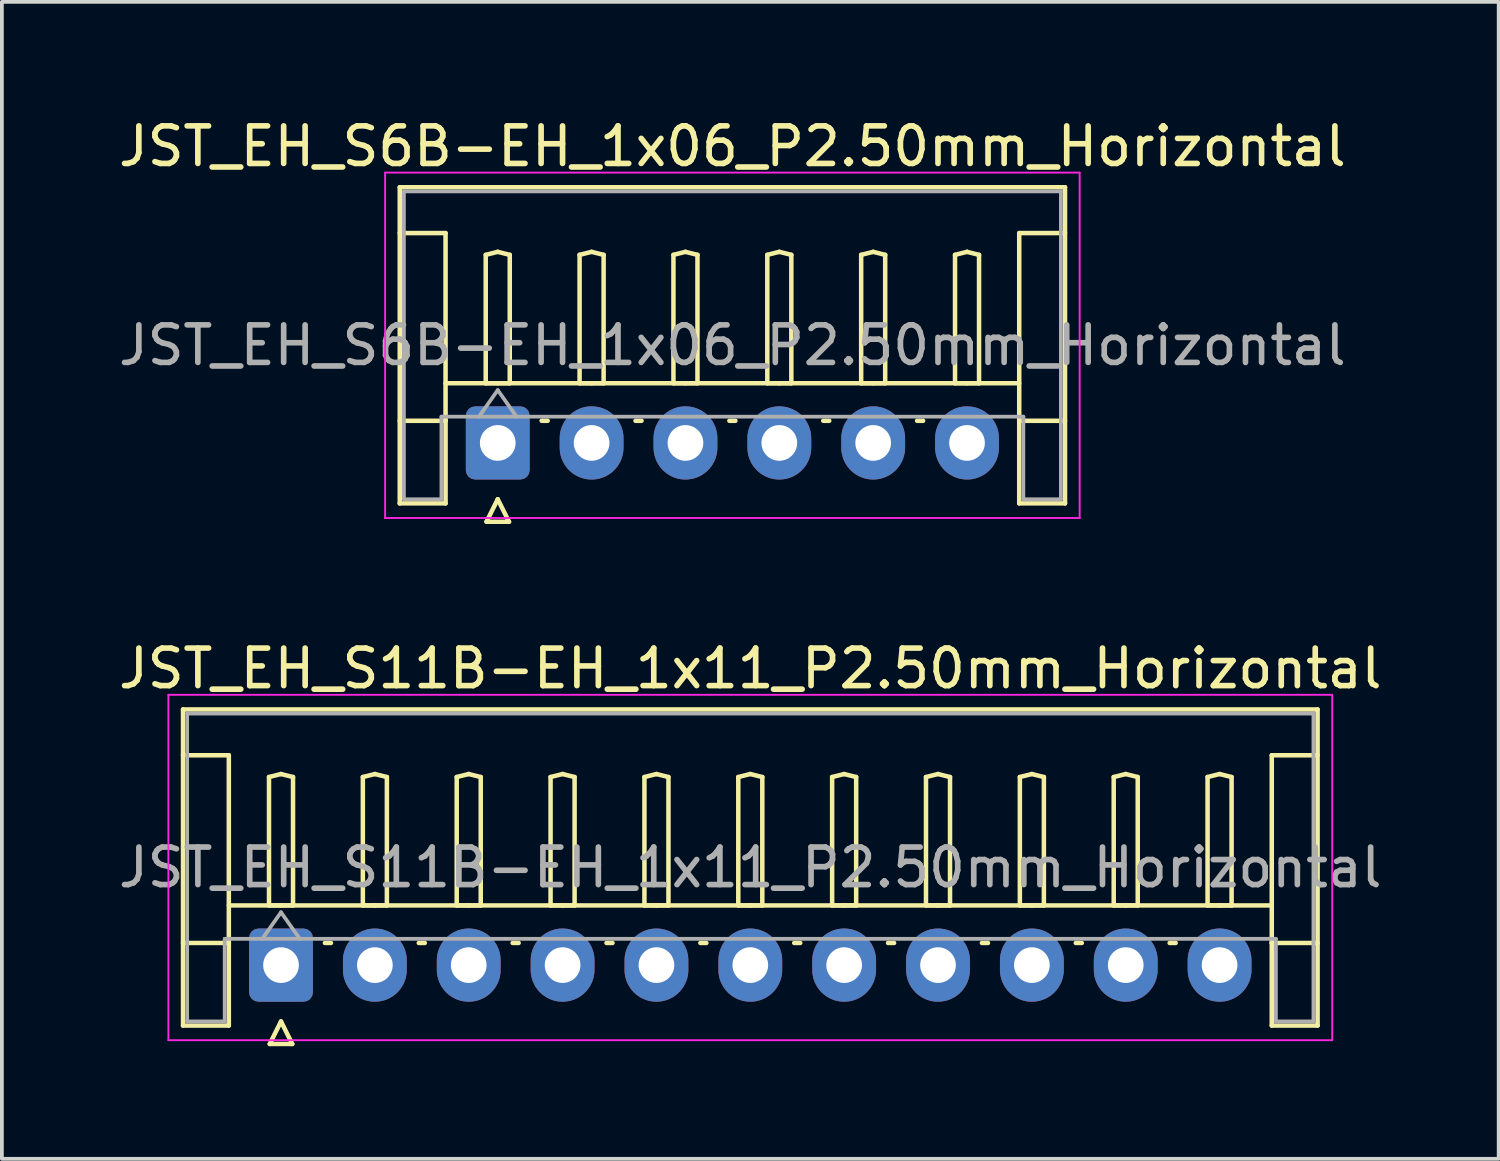
<source format=kicad_pcb>
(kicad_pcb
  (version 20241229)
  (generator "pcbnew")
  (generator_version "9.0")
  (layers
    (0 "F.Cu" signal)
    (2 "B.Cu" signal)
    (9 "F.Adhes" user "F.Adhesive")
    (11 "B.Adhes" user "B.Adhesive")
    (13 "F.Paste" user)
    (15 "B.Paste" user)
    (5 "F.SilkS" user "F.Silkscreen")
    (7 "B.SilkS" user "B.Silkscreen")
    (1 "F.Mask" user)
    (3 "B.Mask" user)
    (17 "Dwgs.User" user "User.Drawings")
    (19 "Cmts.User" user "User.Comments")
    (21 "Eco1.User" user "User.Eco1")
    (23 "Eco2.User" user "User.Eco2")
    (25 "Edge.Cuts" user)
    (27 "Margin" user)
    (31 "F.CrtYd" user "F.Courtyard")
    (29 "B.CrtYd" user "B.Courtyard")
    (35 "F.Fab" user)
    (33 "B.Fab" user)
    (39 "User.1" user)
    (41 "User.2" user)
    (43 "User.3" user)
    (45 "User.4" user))
  (footprint "JST_EH_S6B-EH_1x06_P2.50mm_Horizontal"
    (layer "F.Cu")
    (at 10.208 8.748)
    (property "Reference" "JST_EH_S6B-EH_1x06_P2.50mm_Horizontal" (at 6.25 -7.9 0) (layer "F.SilkS") (effects (font (size 1 1) (thickness 0.15))))
    (attr through_hole)
    (fp_line (start -2.61 -6.81) (end 15.11 -6.81) (stroke (width 0.12) (type solid)) (layer "F.SilkS"))
    (fp_line (start -2.61 -5.59) (end -1.39 -5.59) (stroke (width 0.12) (type solid)) (layer "F.SilkS"))
    (fp_line (start -2.61 1.61) (end -2.61 -6.81) (stroke (width 0.12) (type solid)) (layer "F.SilkS"))
    (fp_line (start -1.39 -5.59) (end -1.39 -0.59) (stroke (width 0.12) (type solid)) (layer "F.SilkS"))
    (fp_line (start -1.39 -1.59) (end 13.89 -1.59) (stroke (width 0.12) (type solid)) (layer "F.SilkS"))
    (fp_line (start -1.39 -0.59) (end -2.61 -0.59) (stroke (width 0.12) (type solid)) (layer "F.SilkS"))
    (fp_line (start -1.39 -0.59) (end -1.39 1.61) (stroke (width 0.12) (type solid)) (layer "F.SilkS"))
    (fp_line (start -1.39 1.61) (end -2.61 1.61) (stroke (width 0.12) (type solid)) (layer "F.SilkS"))
    (fp_line (start -0.32 -5.01) (end 0 -5.09) (stroke (width 0.12) (type solid)) (layer "F.SilkS"))
    (fp_line (start -0.32 -1.59) (end -0.32 -5.01) (stroke (width 0.12) (type solid)) (layer "F.SilkS"))
    (fp_line (start -0.3 2.1) (end 0.3 2.1) (stroke (width 0.12) (type solid)) (layer "F.SilkS"))
    (fp_line (start 0 -5.09) (end 0.32 -5.01) (stroke (width 0.12) (type solid)) (layer "F.SilkS"))
    (fp_line (start 0 -1.59) (end -0.32 -1.59) (stroke (width 0.12) (type solid)) (layer "F.SilkS"))
    (fp_line (start 0 1.5) (end -0.3 2.1) (stroke (width 0.12) (type solid)) (layer "F.SilkS"))
    (fp_line (start 0.3 2.1) (end 0 1.5) (stroke (width 0.12) (type solid)) (layer "F.SilkS"))
    (fp_line (start 0.32 -5.01) (end 0.32 -1.59) (stroke (width 0.12) (type solid)) (layer "F.SilkS"))
    (fp_line (start 0.32 -1.59) (end 0 -1.59) (stroke (width 0.12) (type solid)) (layer "F.SilkS"))
    (fp_line (start 1.17 -0.59) (end 1.33 -0.59) (stroke (width 0.12) (type solid)) (layer "F.SilkS"))
    (fp_line (start 2.18 -5.01) (end 2.5 -5.09) (stroke (width 0.12) (type solid)) (layer "F.SilkS"))
    (fp_line (start 2.18 -1.59) (end 2.18 -5.01) (stroke (width 0.12) (type solid)) (layer "F.SilkS"))
    (fp_line (start 2.5 -5.09) (end 2.82 -5.01) (stroke (width 0.12) (type solid)) (layer "F.SilkS"))
    (fp_line (start 2.5 -1.59) (end 2.18 -1.59) (stroke (width 0.12) (type solid)) (layer "F.SilkS"))
    (fp_line (start 2.82 -5.01) (end 2.82 -1.59) (stroke (width 0.12) (type solid)) (layer "F.SilkS"))
    (fp_line (start 2.82 -1.59) (end 2.5 -1.59) (stroke (width 0.12) (type solid)) (layer "F.SilkS"))
    (fp_line (start 3.67 -0.59) (end 3.83 -0.59) (stroke (width 0.12) (type solid)) (layer "F.SilkS"))
    (fp_line (start 4.68 -5.01) (end 5 -5.09) (stroke (width 0.12) (type solid)) (layer "F.SilkS"))
    (fp_line (start 4.68 -1.59) (end 4.68 -5.01) (stroke (width 0.12) (type solid)) (layer "F.SilkS"))
    (fp_line (start 5 -5.09) (end 5.32 -5.01) (stroke (width 0.12) (type solid)) (layer "F.SilkS"))
    (fp_line (start 5 -1.59) (end 4.68 -1.59) (stroke (width 0.12) (type solid)) (layer "F.SilkS"))
    (fp_line (start 5.32 -5.01) (end 5.32 -1.59) (stroke (width 0.12) (type solid)) (layer "F.SilkS"))
    (fp_line (start 5.32 -1.59) (end 5 -1.59) (stroke (width 0.12) (type solid)) (layer "F.SilkS"))
    (fp_line (start 6.17 -0.59) (end 6.33 -0.59) (stroke (width 0.12) (type solid)) (layer "F.SilkS"))
    (fp_line (start 7.18 -5.01) (end 7.5 -5.09) (stroke (width 0.12) (type solid)) (layer "F.SilkS"))
    (fp_line (start 7.18 -1.59) (end 7.18 -5.01) (stroke (width 0.12) (type solid)) (layer "F.SilkS"))
    (fp_line (start 7.5 -5.09) (end 7.82 -5.01) (stroke (width 0.12) (type solid)) (layer "F.SilkS"))
    (fp_line (start 7.5 -1.59) (end 7.18 -1.59) (stroke (width 0.12) (type solid)) (layer "F.SilkS"))
    (fp_line (start 7.82 -5.01) (end 7.82 -1.59) (stroke (width 0.12) (type solid)) (layer "F.SilkS"))
    (fp_line (start 7.82 -1.59) (end 7.5 -1.59) (stroke (width 0.12) (type solid)) (layer "F.SilkS"))
    (fp_line (start 8.67 -0.59) (end 8.83 -0.59) (stroke (width 0.12) (type solid)) (layer "F.SilkS"))
    (fp_line (start 9.68 -5.01) (end 10 -5.09) (stroke (width 0.12) (type solid)) (layer "F.SilkS"))
    (fp_line (start 9.68 -1.59) (end 9.68 -5.01) (stroke (width 0.12) (type solid)) (layer "F.SilkS"))
    (fp_line (start 10 -5.09) (end 10.32 -5.01) (stroke (width 0.12) (type solid)) (layer "F.SilkS"))
    (fp_line (start 10 -1.59) (end 9.68 -1.59) (stroke (width 0.12) (type solid)) (layer "F.SilkS"))
    (fp_line (start 10.32 -5.01) (end 10.32 -1.59) (stroke (width 0.12) (type solid)) (layer "F.SilkS"))
    (fp_line (start 10.32 -1.59) (end 10 -1.59) (stroke (width 0.12) (type solid)) (layer "F.SilkS"))
    (fp_line (start 11.17 -0.59) (end 11.33 -0.59) (stroke (width 0.12) (type solid)) (layer "F.SilkS"))
    (fp_line (start 12.18 -5.01) (end 12.5 -5.09) (stroke (width 0.12) (type solid)) (layer "F.SilkS"))
    (fp_line (start 12.18 -1.59) (end 12.18 -5.01) (stroke (width 0.12) (type solid)) (layer "F.SilkS"))
    (fp_line (start 12.5 -5.09) (end 12.82 -5.01) (stroke (width 0.12) (type solid)) (layer "F.SilkS"))
    (fp_line (start 12.5 -1.59) (end 12.18 -1.59) (stroke (width 0.12) (type solid)) (layer "F.SilkS"))
    (fp_line (start 12.82 -5.01) (end 12.82 -1.59) (stroke (width 0.12) (type solid)) (layer "F.SilkS"))
    (fp_line (start 12.82 -1.59) (end 12.5 -1.59) (stroke (width 0.12) (type solid)) (layer "F.SilkS"))
    (fp_line (start 13.89 -5.59) (end 13.89 -0.59) (stroke (width 0.12) (type solid)) (layer "F.SilkS"))
    (fp_line (start 13.89 -0.59) (end 15.11 -0.59) (stroke (width 0.12) (type solid)) (layer "F.SilkS"))
    (fp_line (start 13.89 1.61) (end 13.89 -0.59) (stroke (width 0.12) (type solid)) (layer "F.SilkS"))
    (fp_line (start 15.11 -6.81) (end 15.11 1.61) (stroke (width 0.12) (type solid)) (layer "F.SilkS"))
    (fp_line (start 15.11 -5.59) (end 13.89 -5.59) (stroke (width 0.12) (type solid)) (layer "F.SilkS"))
    (fp_line (start 15.11 1.61) (end 13.89 1.61) (stroke (width 0.12) (type solid)) (layer "F.SilkS"))
    (fp_line (start -3 -7.2) (end -3 2) (stroke (width 0.05) (type solid)) (layer "F.CrtYd"))
    (fp_line (start -3 2) (end 15.5 2) (stroke (width 0.05) (type solid)) (layer "F.CrtYd"))
    (fp_line (start 15.5 -7.2) (end -3 -7.2) (stroke (width 0.05) (type solid)) (layer "F.CrtYd"))
    (fp_line (start 15.5 2) (end 15.5 -7.2) (stroke (width 0.05) (type solid)) (layer "F.CrtYd"))
    (fp_line (start -2.5 -6.7) (end 15 -6.7) (stroke (width 0.1) (type solid)) (layer "F.Fab"))
    (fp_line (start -2.5 1.5) (end -2.5 -6.7) (stroke (width 0.1) (type solid)) (layer "F.Fab"))
    (fp_line (start -1.5 -0.7) (end -1.5 1.5) (stroke (width 0.1) (type solid)) (layer "F.Fab"))
    (fp_line (start -1.5 1.5) (end -2.5 1.5) (stroke (width 0.1) (type solid)) (layer "F.Fab"))
    (fp_line (start -0.5 -0.7) (end 0 -1.407) (stroke (width 0.1) (type solid)) (layer "F.Fab"))
    (fp_line (start 0 -1.407) (end 0.5 -0.7) (stroke (width 0.1) (type solid)) (layer "F.Fab"))
    (fp_line (start 14 -0.7) (end -1.5 -0.7) (stroke (width 0.1) (type solid)) (layer "F.Fab"))
    (fp_line (start 14 1.5) (end 14 -0.7) (stroke (width 0.1) (type solid)) (layer "F.Fab"))
    (fp_line (start 15 -6.7) (end 15 1.5) (stroke (width 0.1) (type solid)) (layer "F.Fab"))
    (fp_line (start 15 1.5) (end 14 1.5) (stroke (width 0.1) (type solid)) (layer "F.Fab"))
    (fp_text user "${REFERENCE}" (at 6.25 -2.6 0) (layer "F.Fab") (effects (font (size 1 1) (thickness 0.15))))
    (pad "1" thru_hole roundrect (at 0 0) (size 1.7 1.95) (drill 0.95) (layers "*.Cu" "*.Mask") (roundrect_rratio 0.147))
    (pad "2" thru_hole oval (at 2.5 0) (size 1.7 1.95) (drill 0.95) (layers "*.Cu" "*.Mask"))
    (pad "3" thru_hole oval (at 5 0) (size 1.7 1.95) (drill 0.95) (layers "*.Cu" "*.Mask"))
    (pad "4" thru_hole oval (at 7.5 0) (size 1.7 1.95) (drill 0.95) (layers "*.Cu" "*.Mask"))
    (pad "5" thru_hole oval (at 10 0) (size 1.7 1.95) (drill 0.95) (layers "*.Cu" "*.Mask"))
    (pad "6" thru_hole oval (at 12.5 0) (size 1.7 1.95) (drill 0.95) (layers "*.Cu" "*.Mask")))
  (footprint "JST_EH_S11B-EH_1x11_P2.50mm_Horizontal"
    (layer "F.Cu")
    (at 4.435 22.657)
    (property "Reference" "JST_EH_S11B-EH_1x11_P2.50mm_Horizontal" (at 12.5 -7.9 0) (layer "F.SilkS") (effects (font (size 1 1) (thickness 0.15))))
    (attr through_hole)
    (fp_line (start -2.61 -6.81) (end 27.61 -6.81) (stroke (width 0.12) (type solid)) (layer "F.SilkS"))
    (fp_line (start -2.61 -5.59) (end -1.39 -5.59) (stroke (width 0.12) (type solid)) (layer "F.SilkS"))
    (fp_line (start -2.61 1.61) (end -2.61 -6.81) (stroke (width 0.12) (type solid)) (layer "F.SilkS"))
    (fp_line (start -1.39 -5.59) (end -1.39 -0.59) (stroke (width 0.12) (type solid)) (layer "F.SilkS"))
    (fp_line (start -1.39 -1.59) (end 26.39 -1.59) (stroke (width 0.12) (type solid)) (layer "F.SilkS"))
    (fp_line (start -1.39 -0.59) (end -2.61 -0.59) (stroke (width 0.12) (type solid)) (layer "F.SilkS"))
    (fp_line (start -1.39 -0.59) (end -1.39 1.61) (stroke (width 0.12) (type solid)) (layer "F.SilkS"))
    (fp_line (start -1.39 1.61) (end -2.61 1.61) (stroke (width 0.12) (type solid)) (layer "F.SilkS"))
    (fp_line (start -0.32 -5.01) (end 0 -5.09) (stroke (width 0.12) (type solid)) (layer "F.SilkS"))
    (fp_line (start -0.32 -1.59) (end -0.32 -5.01) (stroke (width 0.12) (type solid)) (layer "F.SilkS"))
    (fp_line (start -0.3 2.1) (end 0.3 2.1) (stroke (width 0.12) (type solid)) (layer "F.SilkS"))
    (fp_line (start 0 -5.09) (end 0.32 -5.01) (stroke (width 0.12) (type solid)) (layer "F.SilkS"))
    (fp_line (start 0 -1.59) (end -0.32 -1.59) (stroke (width 0.12) (type solid)) (layer "F.SilkS"))
    (fp_line (start 0 1.5) (end -0.3 2.1) (stroke (width 0.12) (type solid)) (layer "F.SilkS"))
    (fp_line (start 0.3 2.1) (end 0 1.5) (stroke (width 0.12) (type solid)) (layer "F.SilkS"))
    (fp_line (start 0.32 -5.01) (end 0.32 -1.59) (stroke (width 0.12) (type solid)) (layer "F.SilkS"))
    (fp_line (start 0.32 -1.59) (end 0 -1.59) (stroke (width 0.12) (type solid)) (layer "F.SilkS"))
    (fp_line (start 1.17 -0.59) (end 1.33 -0.59) (stroke (width 0.12) (type solid)) (layer "F.SilkS"))
    (fp_line (start 2.18 -5.01) (end 2.5 -5.09) (stroke (width 0.12) (type solid)) (layer "F.SilkS"))
    (fp_line (start 2.18 -1.59) (end 2.18 -5.01) (stroke (width 0.12) (type solid)) (layer "F.SilkS"))
    (fp_line (start 2.5 -5.09) (end 2.82 -5.01) (stroke (width 0.12) (type solid)) (layer "F.SilkS"))
    (fp_line (start 2.5 -1.59) (end 2.18 -1.59) (stroke (width 0.12) (type solid)) (layer "F.SilkS"))
    (fp_line (start 2.82 -5.01) (end 2.82 -1.59) (stroke (width 0.12) (type solid)) (layer "F.SilkS"))
    (fp_line (start 2.82 -1.59) (end 2.5 -1.59) (stroke (width 0.12) (type solid)) (layer "F.SilkS"))
    (fp_line (start 3.67 -0.59) (end 3.83 -0.59) (stroke (width 0.12) (type solid)) (layer "F.SilkS"))
    (fp_line (start 4.68 -5.01) (end 5 -5.09) (stroke (width 0.12) (type solid)) (layer "F.SilkS"))
    (fp_line (start 4.68 -1.59) (end 4.68 -5.01) (stroke (width 0.12) (type solid)) (layer "F.SilkS"))
    (fp_line (start 5 -5.09) (end 5.32 -5.01) (stroke (width 0.12) (type solid)) (layer "F.SilkS"))
    (fp_line (start 5 -1.59) (end 4.68 -1.59) (stroke (width 0.12) (type solid)) (layer "F.SilkS"))
    (fp_line (start 5.32 -5.01) (end 5.32 -1.59) (stroke (width 0.12) (type solid)) (layer "F.SilkS"))
    (fp_line (start 5.32 -1.59) (end 5 -1.59) (stroke (width 0.12) (type solid)) (layer "F.SilkS"))
    (fp_line (start 6.17 -0.59) (end 6.33 -0.59) (stroke (width 0.12) (type solid)) (layer "F.SilkS"))
    (fp_line (start 7.18 -5.01) (end 7.5 -5.09) (stroke (width 0.12) (type solid)) (layer "F.SilkS"))
    (fp_line (start 7.18 -1.59) (end 7.18 -5.01) (stroke (width 0.12) (type solid)) (layer "F.SilkS"))
    (fp_line (start 7.5 -5.09) (end 7.82 -5.01) (stroke (width 0.12) (type solid)) (layer "F.SilkS"))
    (fp_line (start 7.5 -1.59) (end 7.18 -1.59) (stroke (width 0.12) (type solid)) (layer "F.SilkS"))
    (fp_line (start 7.82 -5.01) (end 7.82 -1.59) (stroke (width 0.12) (type solid)) (layer "F.SilkS"))
    (fp_line (start 7.82 -1.59) (end 7.5 -1.59) (stroke (width 0.12) (type solid)) (layer "F.SilkS"))
    (fp_line (start 8.67 -0.59) (end 8.83 -0.59) (stroke (width 0.12) (type solid)) (layer "F.SilkS"))
    (fp_line (start 9.68 -5.01) (end 10 -5.09) (stroke (width 0.12) (type solid)) (layer "F.SilkS"))
    (fp_line (start 9.68 -1.59) (end 9.68 -5.01) (stroke (width 0.12) (type solid)) (layer "F.SilkS"))
    (fp_line (start 10 -5.09) (end 10.32 -5.01) (stroke (width 0.12) (type solid)) (layer "F.SilkS"))
    (fp_line (start 10 -1.59) (end 9.68 -1.59) (stroke (width 0.12) (type solid)) (layer "F.SilkS"))
    (fp_line (start 10.32 -5.01) (end 10.32 -1.59) (stroke (width 0.12) (type solid)) (layer "F.SilkS"))
    (fp_line (start 10.32 -1.59) (end 10 -1.59) (stroke (width 0.12) (type solid)) (layer "F.SilkS"))
    (fp_line (start 11.17 -0.59) (end 11.33 -0.59) (stroke (width 0.12) (type solid)) (layer "F.SilkS"))
    (fp_line (start 12.18 -5.01) (end 12.5 -5.09) (stroke (width 0.12) (type solid)) (layer "F.SilkS"))
    (fp_line (start 12.18 -1.59) (end 12.18 -5.01) (stroke (width 0.12) (type solid)) (layer "F.SilkS"))
    (fp_line (start 12.5 -5.09) (end 12.82 -5.01) (stroke (width 0.12) (type solid)) (layer "F.SilkS"))
    (fp_line (start 12.5 -1.59) (end 12.18 -1.59) (stroke (width 0.12) (type solid)) (layer "F.SilkS"))
    (fp_line (start 12.82 -5.01) (end 12.82 -1.59) (stroke (width 0.12) (type solid)) (layer "F.SilkS"))
    (fp_line (start 12.82 -1.59) (end 12.5 -1.59) (stroke (width 0.12) (type solid)) (layer "F.SilkS"))
    (fp_line (start 13.67 -0.59) (end 13.83 -0.59) (stroke (width 0.12) (type solid)) (layer "F.SilkS"))
    (fp_line (start 14.68 -5.01) (end 15 -5.09) (stroke (width 0.12) (type solid)) (layer "F.SilkS"))
    (fp_line (start 14.68 -1.59) (end 14.68 -5.01) (stroke (width 0.12) (type solid)) (layer "F.SilkS"))
    (fp_line (start 15 -5.09) (end 15.32 -5.01) (stroke (width 0.12) (type solid)) (layer "F.SilkS"))
    (fp_line (start 15 -1.59) (end 14.68 -1.59) (stroke (width 0.12) (type solid)) (layer "F.SilkS"))
    (fp_line (start 15.32 -5.01) (end 15.32 -1.59) (stroke (width 0.12) (type solid)) (layer "F.SilkS"))
    (fp_line (start 15.32 -1.59) (end 15 -1.59) (stroke (width 0.12) (type solid)) (layer "F.SilkS"))
    (fp_line (start 16.17 -0.59) (end 16.33 -0.59) (stroke (width 0.12) (type solid)) (layer "F.SilkS"))
    (fp_line (start 17.18 -5.01) (end 17.5 -5.09) (stroke (width 0.12) (type solid)) (layer "F.SilkS"))
    (fp_line (start 17.18 -1.59) (end 17.18 -5.01) (stroke (width 0.12) (type solid)) (layer "F.SilkS"))
    (fp_line (start 17.5 -5.09) (end 17.82 -5.01) (stroke (width 0.12) (type solid)) (layer "F.SilkS"))
    (fp_line (start 17.5 -1.59) (end 17.18 -1.59) (stroke (width 0.12) (type solid)) (layer "F.SilkS"))
    (fp_line (start 17.82 -5.01) (end 17.82 -1.59) (stroke (width 0.12) (type solid)) (layer "F.SilkS"))
    (fp_line (start 17.82 -1.59) (end 17.5 -1.59) (stroke (width 0.12) (type solid)) (layer "F.SilkS"))
    (fp_line (start 18.67 -0.59) (end 18.83 -0.59) (stroke (width 0.12) (type solid)) (layer "F.SilkS"))
    (fp_line (start 19.68 -5.01) (end 20 -5.09) (stroke (width 0.12) (type solid)) (layer "F.SilkS"))
    (fp_line (start 19.68 -1.59) (end 19.68 -5.01) (stroke (width 0.12) (type solid)) (layer "F.SilkS"))
    (fp_line (start 20 -5.09) (end 20.32 -5.01) (stroke (width 0.12) (type solid)) (layer "F.SilkS"))
    (fp_line (start 20 -1.59) (end 19.68 -1.59) (stroke (width 0.12) (type solid)) (layer "F.SilkS"))
    (fp_line (start 20.32 -5.01) (end 20.32 -1.59) (stroke (width 0.12) (type solid)) (layer "F.SilkS"))
    (fp_line (start 20.32 -1.59) (end 20 -1.59) (stroke (width 0.12) (type solid)) (layer "F.SilkS"))
    (fp_line (start 21.17 -0.59) (end 21.33 -0.59) (stroke (width 0.12) (type solid)) (layer "F.SilkS"))
    (fp_line (start 22.18 -5.01) (end 22.5 -5.09) (stroke (width 0.12) (type solid)) (layer "F.SilkS"))
    (fp_line (start 22.18 -1.59) (end 22.18 -5.01) (stroke (width 0.12) (type solid)) (layer "F.SilkS"))
    (fp_line (start 22.5 -5.09) (end 22.82 -5.01) (stroke (width 0.12) (type solid)) (layer "F.SilkS"))
    (fp_line (start 22.5 -1.59) (end 22.18 -1.59) (stroke (width 0.12) (type solid)) (layer "F.SilkS"))
    (fp_line (start 22.82 -5.01) (end 22.82 -1.59) (stroke (width 0.12) (type solid)) (layer "F.SilkS"))
    (fp_line (start 22.82 -1.59) (end 22.5 -1.59) (stroke (width 0.12) (type solid)) (layer "F.SilkS"))
    (fp_line (start 23.67 -0.59) (end 23.83 -0.59) (stroke (width 0.12) (type solid)) (layer "F.SilkS"))
    (fp_line (start 24.68 -5.01) (end 25 -5.09) (stroke (width 0.12) (type solid)) (layer "F.SilkS"))
    (fp_line (start 24.68 -1.59) (end 24.68 -5.01) (stroke (width 0.12) (type solid)) (layer "F.SilkS"))
    (fp_line (start 25 -5.09) (end 25.32 -5.01) (stroke (width 0.12) (type solid)) (layer "F.SilkS"))
    (fp_line (start 25 -1.59) (end 24.68 -1.59) (stroke (width 0.12) (type solid)) (layer "F.SilkS"))
    (fp_line (start 25.32 -5.01) (end 25.32 -1.59) (stroke (width 0.12) (type solid)) (layer "F.SilkS"))
    (fp_line (start 25.32 -1.59) (end 25 -1.59) (stroke (width 0.12) (type solid)) (layer "F.SilkS"))
    (fp_line (start 26.39 -5.59) (end 26.39 -0.59) (stroke (width 0.12) (type solid)) (layer "F.SilkS"))
    (fp_line (start 26.39 -0.59) (end 27.61 -0.59) (stroke (width 0.12) (type solid)) (layer "F.SilkS"))
    (fp_line (start 26.39 1.61) (end 26.39 -0.59) (stroke (width 0.12) (type solid)) (layer "F.SilkS"))
    (fp_line (start 27.61 -6.81) (end 27.61 1.61) (stroke (width 0.12) (type solid)) (layer "F.SilkS"))
    (fp_line (start 27.61 -5.59) (end 26.39 -5.59) (stroke (width 0.12) (type solid)) (layer "F.SilkS"))
    (fp_line (start 27.61 1.61) (end 26.39 1.61) (stroke (width 0.12) (type solid)) (layer "F.SilkS"))
    (fp_line (start -3 -7.2) (end -3 2) (stroke (width 0.05) (type solid)) (layer "F.CrtYd"))
    (fp_line (start -3 2) (end 28 2) (stroke (width 0.05) (type solid)) (layer "F.CrtYd"))
    (fp_line (start 28 -7.2) (end -3 -7.2) (stroke (width 0.05) (type solid)) (layer "F.CrtYd"))
    (fp_line (start 28 2) (end 28 -7.2) (stroke (width 0.05) (type solid)) (layer "F.CrtYd"))
    (fp_line (start -2.5 -6.7) (end 27.5 -6.7) (stroke (width 0.1) (type solid)) (layer "F.Fab"))
    (fp_line (start -2.5 1.5) (end -2.5 -6.7) (stroke (width 0.1) (type solid)) (layer "F.Fab"))
    (fp_line (start -1.5 -0.7) (end -1.5 1.5) (stroke (width 0.1) (type solid)) (layer "F.Fab"))
    (fp_line (start -1.5 1.5) (end -2.5 1.5) (stroke (width 0.1) (type solid)) (layer "F.Fab"))
    (fp_line (start -0.5 -0.7) (end 0 -1.407) (stroke (width 0.1) (type solid)) (layer "F.Fab"))
    (fp_line (start 0 -1.407) (end 0.5 -0.7) (stroke (width 0.1) (type solid)) (layer "F.Fab"))
    (fp_line (start 26.5 -0.7) (end -1.5 -0.7) (stroke (width 0.1) (type solid)) (layer "F.Fab"))
    (fp_line (start 26.5 1.5) (end 26.5 -0.7) (stroke (width 0.1) (type solid)) (layer "F.Fab"))
    (fp_line (start 27.5 -6.7) (end 27.5 1.5) (stroke (width 0.1) (type solid)) (layer "F.Fab"))
    (fp_line (start 27.5 1.5) (end 26.5 1.5) (stroke (width 0.1) (type solid)) (layer "F.Fab"))
    (fp_text user "${REFERENCE}" (at 12.5 -2.6 0) (layer "F.Fab") (effects (font (size 1 1) (thickness 0.15))))
    (pad "1" thru_hole roundrect (at 0 0) (size 1.7 1.95) (drill 0.95) (layers "*.Cu" "*.Mask") (roundrect_rratio 0.147))
    (pad "2" thru_hole oval (at 2.5 0) (size 1.7 1.95) (drill 0.95) (layers "*.Cu" "*.Mask"))
    (pad "3" thru_hole oval (at 5 0) (size 1.7 1.95) (drill 0.95) (layers "*.Cu" "*.Mask"))
    (pad "4" thru_hole oval (at 7.5 0) (size 1.7 1.95) (drill 0.95) (layers "*.Cu" "*.Mask"))
    (pad "5" thru_hole oval (at 10 0) (size 1.7 1.95) (drill 0.95) (layers "*.Cu" "*.Mask"))
    (pad "6" thru_hole oval (at 12.5 0) (size 1.7 1.95) (drill 0.95) (layers "*.Cu" "*.Mask"))
    (pad "7" thru_hole oval (at 15 0) (size 1.7 1.95) (drill 0.95) (layers "*.Cu" "*.Mask"))
    (pad "8" thru_hole oval (at 17.5 0) (size 1.7 1.95) (drill 0.95) (layers "*.Cu" "*.Mask"))
    (pad "9" thru_hole oval (at 20 0) (size 1.7 1.95) (drill 0.95) (layers "*.Cu" "*.Mask"))
    (pad "10" thru_hole oval (at 22.5 0) (size 1.7 1.95) (drill 0.95) (layers "*.Cu" "*.Mask"))
    (pad "11" thru_hole oval (at 25 0) (size 1.7 1.95) (drill 0.95) (layers "*.Cu" "*.Mask")))
  (gr_rect
    (start -3 -3)
    (end 36.869 27.817)
    (stroke (width 0.1) (type default))
    (fill no)
    (layer "Edge.Cuts")))
</source>
